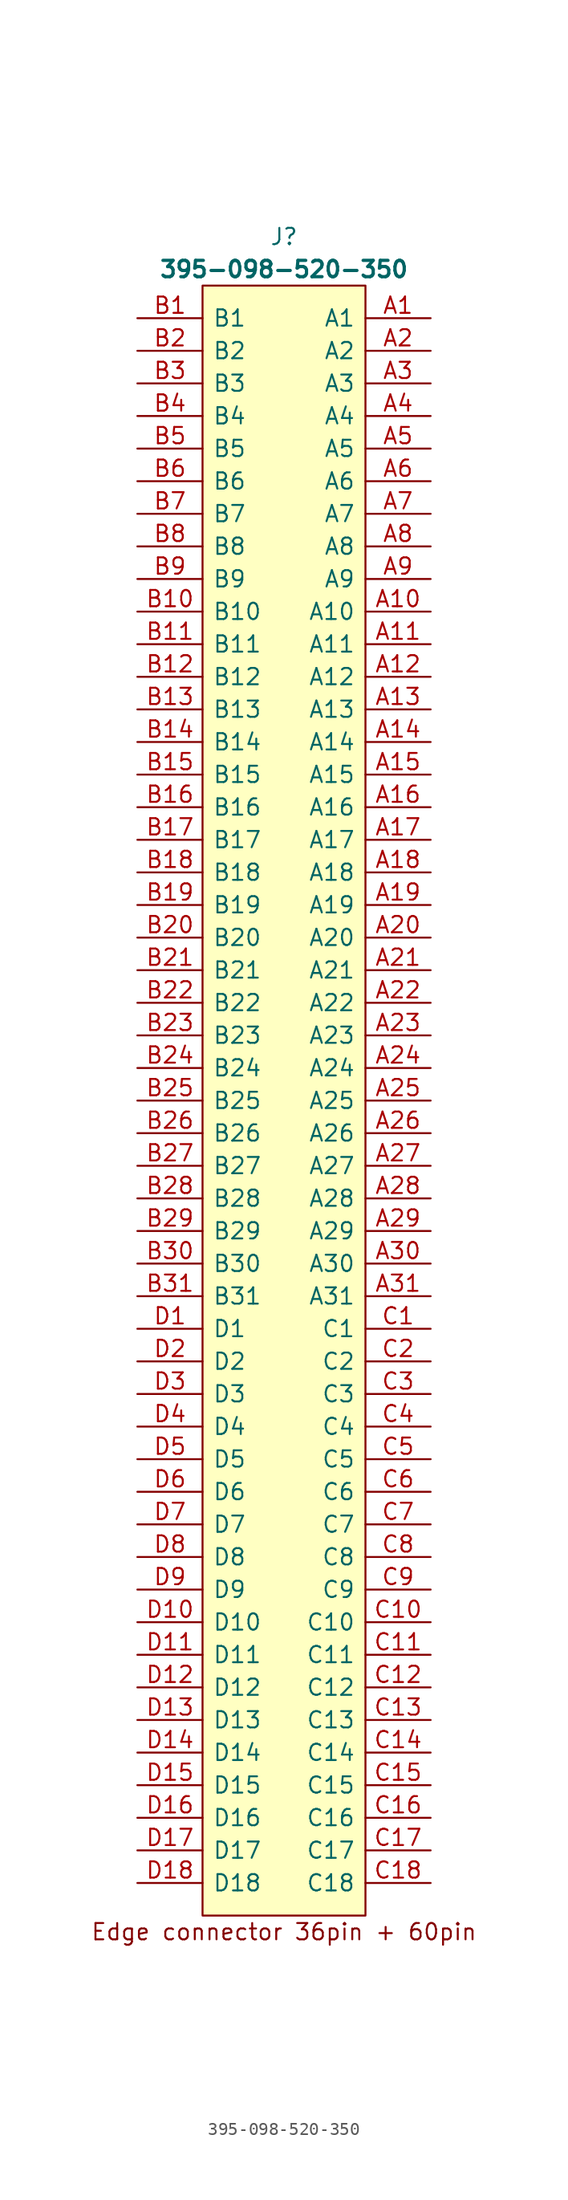
<source format=kicad_sym>
(kicad_symbol_lib
  (version 20220914)
  (generator kicad_symbol_editor)
  (symbol "395-098-520-350"
    (pin_names
      (offset 0.762))
    (property "Reference" "J"
      (at 11.43 6.35 0)
      (effects (font (size 1.27 1.27))))
    (property "Value" "395-098-520-350"
      (at 11.43 3.81 0)
      (effects (font (size 1.27 1.27) bold)))
    (symbol "395-098-520-350_0_0"
      (pin passive line (at 22.86 0 180) (length 5.08) (name "A1" (effects (font (size 1.27 1.27)))) (number "A1" (effects (font (size 1.27 1.27)))))
      (pin passive line (at 22.86 -22.86 180) (length 5.08) (name "A10" (effects (font (size 1.27 1.27)))) (number "A10" (effects (font (size 1.27 1.27)))))
      (pin passive line (at 22.86 -25.4 180) (length 5.08) (name "A11" (effects (font (size 1.27 1.27)))) (number "A11" (effects (font (size 1.27 1.27)))))
      (pin passive line (at 22.86 -27.94 180) (length 5.08) (name "A12" (effects (font (size 1.27 1.27)))) (number "A12" (effects (font (size 1.27 1.27)))))
      (pin passive line (at 22.86 -30.48 180) (length 5.08) (name "A13" (effects (font (size 1.27 1.27)))) (number "A13" (effects (font (size 1.27 1.27)))))
      (pin passive line (at 22.86 -33.02 180) (length 5.08) (name "A14" (effects (font (size 1.27 1.27)))) (number "A14" (effects (font (size 1.27 1.27)))))
      (pin passive line (at 22.86 -35.56 180) (length 5.08) (name "A15" (effects (font (size 1.27 1.27)))) (number "A15" (effects (font (size 1.27 1.27)))))
      (pin passive line (at 22.86 -38.1 180) (length 5.08) (name "A16" (effects (font (size 1.27 1.27)))) (number "A16" (effects (font (size 1.27 1.27)))))
      (pin passive line (at 22.86 -40.64 180) (length 5.08) (name "A17" (effects (font (size 1.27 1.27)))) (number "A17" (effects (font (size 1.27 1.27)))))
      (pin passive line (at 22.86 -43.18 180) (length 5.08) (name "A18" (effects (font (size 1.27 1.27)))) (number "A18" (effects (font (size 1.27 1.27)))))
      (pin passive line (at 22.86 -45.72 180) (length 5.08) (name "A19" (effects (font (size 1.27 1.27)))) (number "A19" (effects (font (size 1.27 1.27)))))
      (pin passive line (at 22.86 -2.54 180) (length 5.08) (name "A2" (effects (font (size 1.27 1.27)))) (number "A2" (effects (font (size 1.27 1.27)))))
      (pin passive line (at 22.86 -48.26 180) (length 5.08) (name "A20" (effects (font (size 1.27 1.27)))) (number "A20" (effects (font (size 1.27 1.27)))))
      (pin passive line (at 22.86 -50.8 180) (length 5.08) (name "A21" (effects (font (size 1.27 1.27)))) (number "A21" (effects (font (size 1.27 1.27)))))
      (pin passive line (at 22.86 -53.34 180) (length 5.08) (name "A22" (effects (font (size 1.27 1.27)))) (number "A22" (effects (font (size 1.27 1.27)))))
      (pin passive line (at 22.86 -55.88 180) (length 5.08) (name "A23" (effects (font (size 1.27 1.27)))) (number "A23" (effects (font (size 1.27 1.27)))))
      (pin passive line (at 22.86 -58.42 180) (length 5.08) (name "A24" (effects (font (size 1.27 1.27)))) (number "A24" (effects (font (size 1.27 1.27)))))
      (pin passive line (at 22.86 -60.96 180) (length 5.08) (name "A25" (effects (font (size 1.27 1.27)))) (number "A25" (effects (font (size 1.27 1.27)))))
      (pin passive line (at 22.86 -63.5 180) (length 5.08) (name "A26" (effects (font (size 1.27 1.27)))) (number "A26" (effects (font (size 1.27 1.27)))))
      (pin passive line (at 22.86 -66.04 180) (length 5.08) (name "A27" (effects (font (size 1.27 1.27)))) (number "A27" (effects (font (size 1.27 1.27)))))
      (pin passive line (at 22.86 -68.58 180) (length 5.08) (name "A28" (effects (font (size 1.27 1.27)))) (number "A28" (effects (font (size 1.27 1.27)))))
      (pin passive line (at 22.86 -71.12 180) (length 5.08) (name "A29" (effects (font (size 1.27 1.27)))) (number "A29" (effects (font (size 1.27 1.27)))))
      (pin passive line (at 22.86 -5.08 180) (length 5.08) (name "A3" (effects (font (size 1.27 1.27)))) (number "A3" (effects (font (size 1.27 1.27)))))
      (pin passive line (at 22.86 -73.66 180) (length 5.08) (name "A30" (effects (font (size 1.27 1.27)))) (number "A30" (effects (font (size 1.27 1.27)))))
      (pin passive line (at 22.86 -76.2 180) (length 5.08) (name "A31" (effects (font (size 1.27 1.27)))) (number "A31" (effects (font (size 1.27 1.27)))))
      (pin passive line (at 22.86 -7.62 180) (length 5.08) (name "A4" (effects (font (size 1.27 1.27)))) (number "A4" (effects (font (size 1.27 1.27)))))
      (pin passive line (at 22.86 -10.16 180) (length 5.08) (name "A5" (effects (font (size 1.27 1.27)))) (number "A5" (effects (font (size 1.27 1.27)))))
      (pin passive line (at 22.86 -12.7 180) (length 5.08) (name "A6" (effects (font (size 1.27 1.27)))) (number "A6" (effects (font (size 1.27 1.27)))))
      (pin passive line (at 22.86 -15.24 180) (length 5.08) (name "A7" (effects (font (size 1.27 1.27)))) (number "A7" (effects (font (size 1.27 1.27)))))
      (pin passive line (at 22.86 -17.78 180) (length 5.08) (name "A8" (effects (font (size 1.27 1.27)))) (number "A8" (effects (font (size 1.27 1.27)))))
      (pin passive line (at 22.86 -20.32 180) (length 5.08) (name "A9" (effects (font (size 1.27 1.27)))) (number "A9" (effects (font (size 1.27 1.27)))))
      (pin passive line (at 0 0 0) (length 5.08) (name "B1" (effects (font (size 1.27 1.27)))) (number "B1" (effects (font (size 1.27 1.27)))))
      (pin passive line (at 0 -22.86 0) (length 5.08) (name "B10" (effects (font (size 1.27 1.27)))) (number "B10" (effects (font (size 1.27 1.27)))))
      (pin passive line (at 0 -25.4 0) (length 5.08) (name "B11" (effects (font (size 1.27 1.27)))) (number "B11" (effects (font (size 1.27 1.27)))))
      (pin passive line (at 0 -27.94 0) (length 5.08) (name "B12" (effects (font (size 1.27 1.27)))) (number "B12" (effects (font (size 1.27 1.27)))))
      (pin passive line (at 0 -30.48 0) (length 5.08) (name "B13" (effects (font (size 1.27 1.27)))) (number "B13" (effects (font (size 1.27 1.27)))))
      (pin passive line (at 0 -33.02 0) (length 5.08) (name "B14" (effects (font (size 1.27 1.27)))) (number "B14" (effects (font (size 1.27 1.27)))))
      (pin passive line (at 0 -35.56 0) (length 5.08) (name "B15" (effects (font (size 1.27 1.27)))) (number "B15" (effects (font (size 1.27 1.27)))))
      (pin passive line (at 0 -38.1 0) (length 5.08) (name "B16" (effects (font (size 1.27 1.27)))) (number "B16" (effects (font (size 1.27 1.27)))))
      (pin passive line (at 0 -40.64 0) (length 5.08) (name "B17" (effects (font (size 1.27 1.27)))) (number "B17" (effects (font (size 1.27 1.27)))))
      (pin passive line (at 0 -43.18 0) (length 5.08) (name "B18" (effects (font (size 1.27 1.27)))) (number "B18" (effects (font (size 1.27 1.27)))))
      (pin passive line (at 0 -45.72 0) (length 5.08) (name "B19" (effects (font (size 1.27 1.27)))) (number "B19" (effects (font (size 1.27 1.27)))))
      (pin passive line (at 0 -2.54 0) (length 5.08) (name "B2" (effects (font (size 1.27 1.27)))) (number "B2" (effects (font (size 1.27 1.27)))))
      (pin passive line (at 0 -48.26 0) (length 5.08) (name "B20" (effects (font (size 1.27 1.27)))) (number "B20" (effects (font (size 1.27 1.27)))))
      (pin passive line (at 0 -50.8 0) (length 5.08) (name "B21" (effects (font (size 1.27 1.27)))) (number "B21" (effects (font (size 1.27 1.27)))))
      (pin passive line (at 0 -53.34 0) (length 5.08) (name "B22" (effects (font (size 1.27 1.27)))) (number "B22" (effects (font (size 1.27 1.27)))))
      (pin passive line (at 0 -55.88 0) (length 5.08) (name "B23" (effects (font (size 1.27 1.27)))) (number "B23" (effects (font (size 1.27 1.27)))))
      (pin passive line (at 0 -58.42 0) (length 5.08) (name "B24" (effects (font (size 1.27 1.27)))) (number "B24" (effects (font (size 1.27 1.27)))))
      (pin passive line (at 0 -60.96 0) (length 5.08) (name "B25" (effects (font (size 1.27 1.27)))) (number "B25" (effects (font (size 1.27 1.27)))))
      (pin passive line (at 0 -63.5 0) (length 5.08) (name "B26" (effects (font (size 1.27 1.27)))) (number "B26" (effects (font (size 1.27 1.27)))))
      (pin passive line (at 0 -66.04 0) (length 5.08) (name "B27" (effects (font (size 1.27 1.27)))) (number "B27" (effects (font (size 1.27 1.27)))))
      (pin passive line (at 0 -68.58 0) (length 5.08) (name "B28" (effects (font (size 1.27 1.27)))) (number "B28" (effects (font (size 1.27 1.27)))))
      (pin passive line (at 0 -71.12 0) (length 5.08) (name "B29" (effects (font (size 1.27 1.27)))) (number "B29" (effects (font (size 1.27 1.27)))))
      (pin passive line (at 0 -5.08 0) (length 5.08) (name "B3" (effects (font (size 1.27 1.27)))) (number "B3" (effects (font (size 1.27 1.27)))))
      (pin passive line (at 0 -73.66 0) (length 5.08) (name "B30" (effects (font (size 1.27 1.27)))) (number "B30" (effects (font (size 1.27 1.27)))))
      (pin passive line (at 0 -76.2 0) (length 5.08) (name "B31" (effects (font (size 1.27 1.27)))) (number "B31" (effects (font (size 1.27 1.27)))))
      (pin passive line (at 0 -7.62 0) (length 5.08) (name "B4" (effects (font (size 1.27 1.27)))) (number "B4" (effects (font (size 1.27 1.27)))))
      (pin passive line (at 0 -10.16 0) (length 5.08) (name "B5" (effects (font (size 1.27 1.27)))) (number "B5" (effects (font (size 1.27 1.27)))))
      (pin passive line (at 0 -12.7 0) (length 5.08) (name "B6" (effects (font (size 1.27 1.27)))) (number "B6" (effects (font (size 1.27 1.27)))))
      (pin passive line (at 0 -15.24 0) (length 5.08) (name "B7" (effects (font (size 1.27 1.27)))) (number "B7" (effects (font (size 1.27 1.27)))))
      (pin passive line (at 0 -17.78 0) (length 5.08) (name "B8" (effects (font (size 1.27 1.27)))) (number "B8" (effects (font (size 1.27 1.27)))))
      (pin passive line (at 0 -20.32 0) (length 5.08) (name "B9" (effects (font (size 1.27 1.27)))) (number "B9" (effects (font (size 1.27 1.27)))))
      (pin passive line (at 22.86 -78.74 180) (length 5.08) (name "C1" (effects (font (size 1.27 1.27)))) (number "C1" (effects (font (size 1.27 1.27)))))
      (pin passive line (at 22.86 -101.6 180) (length 5.08) (name "C10" (effects (font (size 1.27 1.27)))) (number "C10" (effects (font (size 1.27 1.27)))))
      (pin passive line (at 22.86 -104.14 180) (length 5.08) (name "C11" (effects (font (size 1.27 1.27)))) (number "C11" (effects (font (size 1.27 1.27)))))
      (pin passive line (at 22.86 -106.68 180) (length 5.08) (name "C12" (effects (font (size 1.27 1.27)))) (number "C12" (effects (font (size 1.27 1.27)))))
      (pin passive line (at 22.86 -109.22 180) (length 5.08) (name "C13" (effects (font (size 1.27 1.27)))) (number "C13" (effects (font (size 1.27 1.27)))))
      (pin passive line (at 22.86 -111.76 180) (length 5.08) (name "C14" (effects (font (size 1.27 1.27)))) (number "C14" (effects (font (size 1.27 1.27)))))
      (pin passive line (at 22.86 -114.3 180) (length 5.08) (name "C15" (effects (font (size 1.27 1.27)))) (number "C15" (effects (font (size 1.27 1.27)))))
      (pin passive line (at 22.86 -116.84 180) (length 5.08) (name "C16" (effects (font (size 1.27 1.27)))) (number "C16" (effects (font (size 1.27 1.27)))))
      (pin passive line (at 22.86 -119.38 180) (length 5.08) (name "C17" (effects (font (size 1.27 1.27)))) (number "C17" (effects (font (size 1.27 1.27)))))
      (pin passive line (at 22.86 -121.92 180) (length 5.08) (name "C18" (effects (font (size 1.27 1.27)))) (number "C18" (effects (font (size 1.27 1.27)))))
      (pin passive line (at 22.86 -81.28 180) (length 5.08) (name "C2" (effects (font (size 1.27 1.27)))) (number "C2" (effects (font (size 1.27 1.27)))))
      (pin passive line (at 22.86 -83.82 180) (length 5.08) (name "C3" (effects (font (size 1.27 1.27)))) (number "C3" (effects (font (size 1.27 1.27)))))
      (pin passive line (at 22.86 -86.36 180) (length 5.08) (name "C4" (effects (font (size 1.27 1.27)))) (number "C4" (effects (font (size 1.27 1.27)))))
      (pin passive line (at 22.86 -88.9 180) (length 5.08) (name "C5" (effects (font (size 1.27 1.27)))) (number "C5" (effects (font (size 1.27 1.27)))))
      (pin passive line (at 22.86 -91.44 180) (length 5.08) (name "C6" (effects (font (size 1.27 1.27)))) (number "C6" (effects (font (size 1.27 1.27)))))
      (pin passive line (at 22.86 -93.98 180) (length 5.08) (name "C7" (effects (font (size 1.27 1.27)))) (number "C7" (effects (font (size 1.27 1.27)))))
      (pin passive line (at 22.86 -96.52 180) (length 5.08) (name "C8" (effects (font (size 1.27 1.27)))) (number "C8" (effects (font (size 1.27 1.27)))))
      (pin passive line (at 22.86 -99.06 180) (length 5.08) (name "C9" (effects (font (size 1.27 1.27)))) (number "C9" (effects (font (size 1.27 1.27)))))
      (pin passive line (at 0 -78.74 0) (length 5.08) (name "D1" (effects (font (size 1.27 1.27)))) (number "D1" (effects (font (size 1.27 1.27)))))
      (pin passive line (at 0 -101.6 0) (length 5.08) (name "D10" (effects (font (size 1.27 1.27)))) (number "D10" (effects (font (size 1.27 1.27)))))
      (pin passive line (at 0 -104.14 0) (length 5.08) (name "D11" (effects (font (size 1.27 1.27)))) (number "D11" (effects (font (size 1.27 1.27)))))
      (pin passive line (at 0 -106.68 0) (length 5.08) (name "D12" (effects (font (size 1.27 1.27)))) (number "D12" (effects (font (size 1.27 1.27)))))
      (pin passive line (at 0 -109.22 0) (length 5.08) (name "D13" (effects (font (size 1.27 1.27)))) (number "D13" (effects (font (size 1.27 1.27)))))
      (pin passive line (at 0 -111.76 0) (length 5.08) (name "D14" (effects (font (size 1.27 1.27)))) (number "D14" (effects (font (size 1.27 1.27)))))
      (pin passive line (at 0 -114.3 0) (length 5.08) (name "D15" (effects (font (size 1.27 1.27)))) (number "D15" (effects (font (size 1.27 1.27)))))
      (pin passive line (at 0 -116.84 0) (length 5.08) (name "D16" (effects (font (size 1.27 1.27)))) (number "D16" (effects (font (size 1.27 1.27)))))
      (pin passive line (at 0 -119.38 0) (length 5.08) (name "D17" (effects (font (size 1.27 1.27)))) (number "D17" (effects (font (size 1.27 1.27)))))
      (pin passive line (at 0 -121.92 0) (length 5.08) (name "D18" (effects (font (size 1.27 1.27)))) (number "D18" (effects (font (size 1.27 1.27)))))
      (pin passive line (at 0 -81.28 0) (length 5.08) (name "D2" (effects (font (size 1.27 1.27)))) (number "D2" (effects (font (size 1.27 1.27)))))
      (pin passive line (at 0 -83.82 0) (length 5.08) (name "D3" (effects (font (size 1.27 1.27)))) (number "D3" (effects (font (size 1.27 1.27)))))
      (pin passive line (at 0 -86.36 0) (length 5.08) (name "D4" (effects (font (size 1.27 1.27)))) (number "D4" (effects (font (size 1.27 1.27)))))
      (pin passive line (at 0 -88.9 0) (length 5.08) (name "D5" (effects (font (size 1.27 1.27)))) (number "D5" (effects (font (size 1.27 1.27)))))
      (pin passive line (at 0 -91.44 0) (length 5.08) (name "D6" (effects (font (size 1.27 1.27)))) (number "D6" (effects (font (size 1.27 1.27)))))
      (pin passive line (at 0 -93.98 0) (length 5.08) (name "D7" (effects (font (size 1.27 1.27)))) (number "D7" (effects (font (size 1.27 1.27)))))
      (pin passive line (at 0 -96.52 0) (length 5.08) (name "D8" (effects (font (size 1.27 1.27)))) (number "D8" (effects (font (size 1.27 1.27)))))
      (pin passive line (at 0 -99.06 0) (length 5.08) (name "D9" (effects (font (size 1.27 1.27)))) (number "D9" (effects (font (size 1.27 1.27))))))
    (symbol "395-098-520-350_1_1"
      (polyline (pts (xy 5.08 2.54) (xy 17.78 2.54) (xy 17.78 -124.46) (xy 5.08 -124.46) (xy 5.08 2.54)) (stroke (width 0.152) (type solid)) (fill (type background)))
      (text "Edge connector 36pin + 60pin" (at 11.43 -125.73 0) (effects (font (size 1.27 1.27)))))))
</source>
